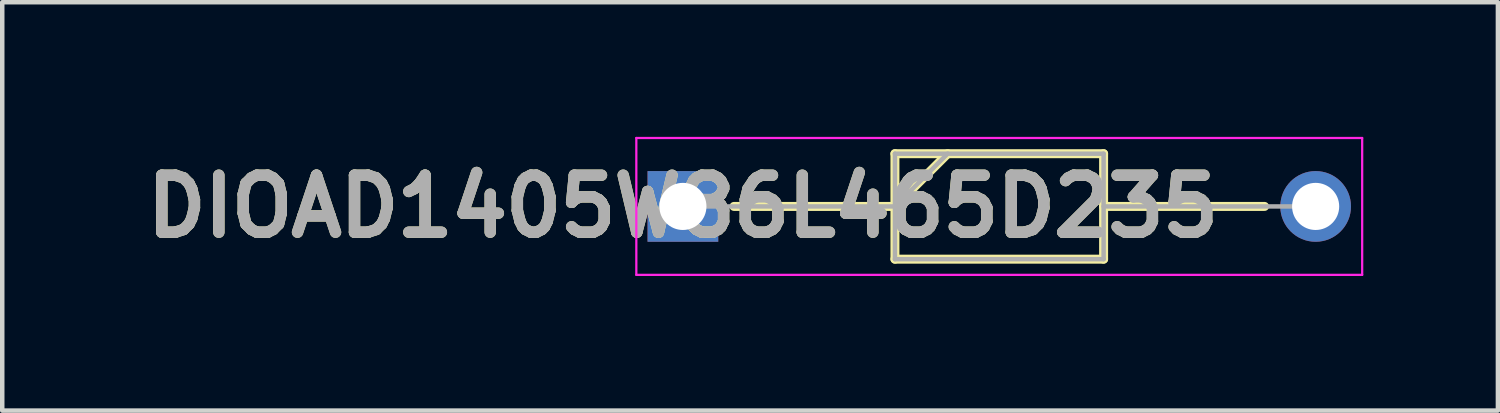
<source format=kicad_pcb>
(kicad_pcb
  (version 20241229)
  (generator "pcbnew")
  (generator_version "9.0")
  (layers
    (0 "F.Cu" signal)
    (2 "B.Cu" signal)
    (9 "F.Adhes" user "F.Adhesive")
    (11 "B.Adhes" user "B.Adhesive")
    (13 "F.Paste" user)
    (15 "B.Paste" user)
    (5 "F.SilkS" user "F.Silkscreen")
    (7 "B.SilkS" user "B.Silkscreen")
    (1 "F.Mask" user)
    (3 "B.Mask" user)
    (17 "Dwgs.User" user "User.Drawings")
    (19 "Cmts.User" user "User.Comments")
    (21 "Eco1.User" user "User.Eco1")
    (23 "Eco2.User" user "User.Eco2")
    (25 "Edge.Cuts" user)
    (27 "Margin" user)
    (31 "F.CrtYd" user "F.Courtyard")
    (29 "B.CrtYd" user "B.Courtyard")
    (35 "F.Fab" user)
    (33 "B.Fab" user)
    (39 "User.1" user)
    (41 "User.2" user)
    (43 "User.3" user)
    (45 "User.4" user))
  (footprint "DIOAD1405W86L465D235"
    (layer "F.Cu")
    (at 12.168 1.55)
    (property "Reference" "DIOAD1405W86L465D235" (at 0 0 0) (layer "F.SilkS") (effects (font (size 1.27 1.27) (thickness 0.254))))
    (attr through_hole)
    (fp_line (start 1.138 0) (end 4.725 0) (stroke (width 0.2) (type solid)) (layer "F.SilkS"))
    (fp_line (start 4.725 -1.175) (end 9.375 -1.175) (stroke (width 0.2) (type solid)) (layer "F.SilkS"))
    (fp_line (start 4.725 0) (end 5.9 -1.175) (stroke (width 0.2) (type solid)) (layer "F.SilkS"))
    (fp_line (start 4.725 1.175) (end 4.725 -1.175) (stroke (width 0.2) (type solid)) (layer "F.SilkS"))
    (fp_line (start 9.375 -1.175) (end 9.375 1.175) (stroke (width 0.2) (type solid)) (layer "F.SilkS"))
    (fp_line (start 9.375 0) (end 12.962 0) (stroke (width 0.2) (type solid)) (layer "F.SilkS"))
    (fp_line (start 9.375 1.175) (end 4.725 1.175) (stroke (width 0.2) (type solid)) (layer "F.SilkS"))
    (fp_line (start -1.038 -1.525) (end 15.137 -1.525) (stroke (width 0.05) (type solid)) (layer "F.CrtYd"))
    (fp_line (start -1.038 1.525) (end -1.038 -1.525) (stroke (width 0.05) (type solid)) (layer "F.CrtYd"))
    (fp_line (start 15.137 -1.525) (end 15.137 1.525) (stroke (width 0.05) (type solid)) (layer "F.CrtYd"))
    (fp_line (start 15.137 1.525) (end -1.038 1.525) (stroke (width 0.05) (type solid)) (layer "F.CrtYd"))
    (fp_line (start 0 0) (end 4.725 0) (stroke (width 0.1) (type solid)) (layer "F.Fab"))
    (fp_line (start 4.725 -1.175) (end 9.375 -1.175) (stroke (width 0.1) (type solid)) (layer "F.Fab"))
    (fp_line (start 4.725 0) (end 5.9 -1.175) (stroke (width 0.1) (type solid)) (layer "F.Fab"))
    (fp_line (start 4.725 1.175) (end 4.725 -1.175) (stroke (width 0.1) (type solid)) (layer "F.Fab"))
    (fp_line (start 9.375 -1.175) (end 9.375 1.175) (stroke (width 0.1) (type solid)) (layer "F.Fab"))
    (fp_line (start 9.375 0) (end 14.1 0) (stroke (width 0.1) (type solid)) (layer "F.Fab"))
    (fp_line (start 9.375 1.175) (end 4.725 1.175) (stroke (width 0.1) (type solid)) (layer "F.Fab"))
    (fp_text user "${REFERENCE}" (at 0 0 0) (layer "F.Fab") (effects (font (size 1.27 1.27) (thickness 0.254))))
    (pad "1" thru_hole rect (at 0 0) (size 1.575 1.575) (drill 1.05) (layers "*.Cu" "*.Mask"))
    (pad "2" thru_hole circle (at 14.1 0) (size 1.575 1.575) (drill 1.05) (layers "*.Cu" "*.Mask")))
  (gr_rect
    (start -3 -3)
    (end 30.33 6.1)
    (stroke (width 0.1) (type default))
    (fill no)
    (layer "Edge.Cuts")))
</source>
